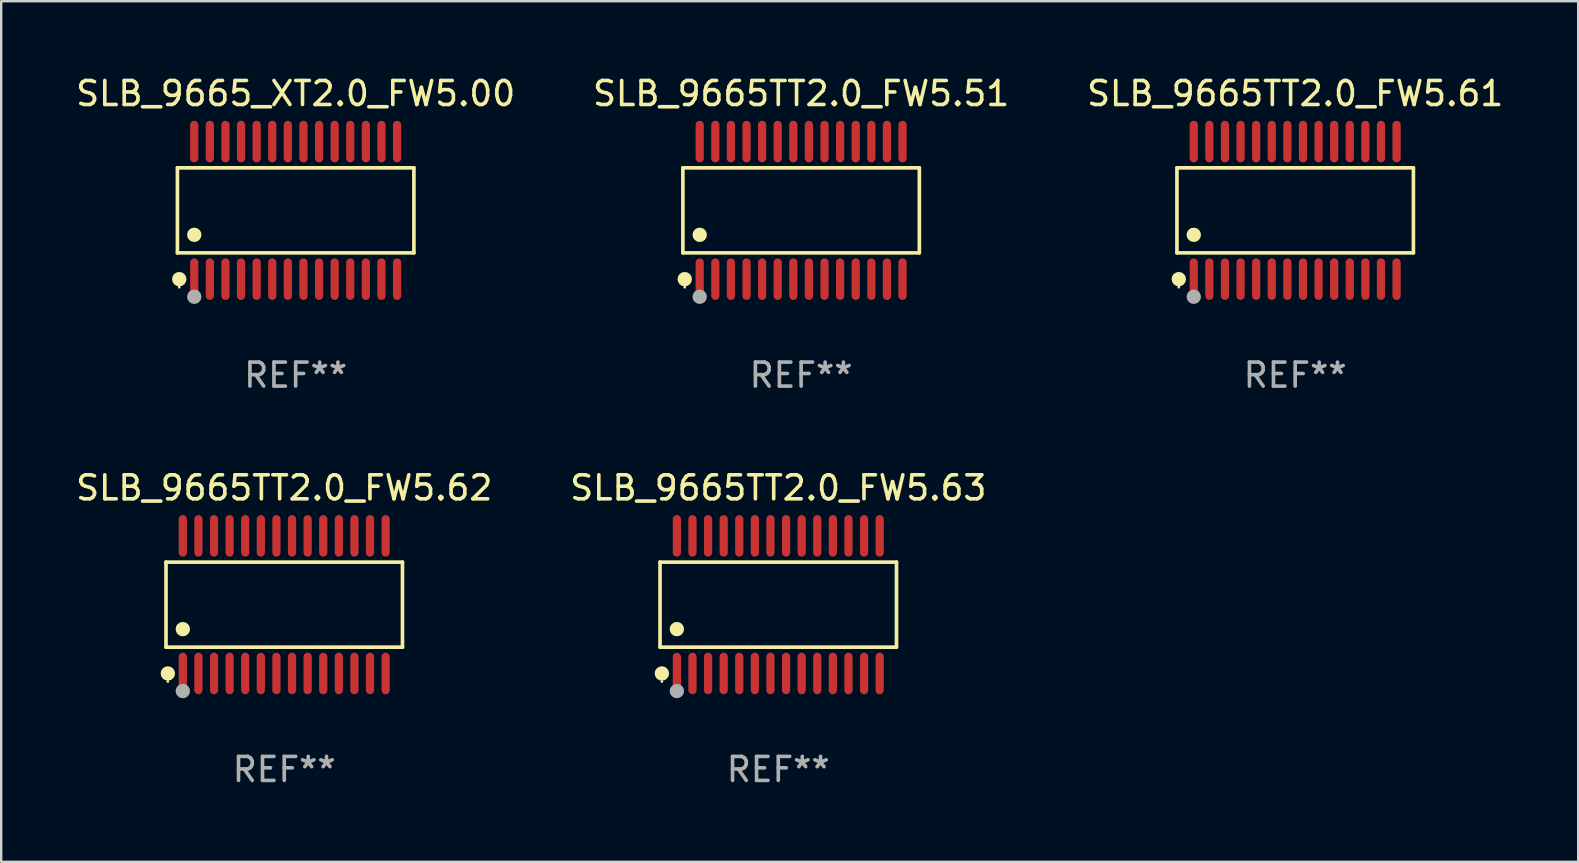
<source format=kicad_pcb>
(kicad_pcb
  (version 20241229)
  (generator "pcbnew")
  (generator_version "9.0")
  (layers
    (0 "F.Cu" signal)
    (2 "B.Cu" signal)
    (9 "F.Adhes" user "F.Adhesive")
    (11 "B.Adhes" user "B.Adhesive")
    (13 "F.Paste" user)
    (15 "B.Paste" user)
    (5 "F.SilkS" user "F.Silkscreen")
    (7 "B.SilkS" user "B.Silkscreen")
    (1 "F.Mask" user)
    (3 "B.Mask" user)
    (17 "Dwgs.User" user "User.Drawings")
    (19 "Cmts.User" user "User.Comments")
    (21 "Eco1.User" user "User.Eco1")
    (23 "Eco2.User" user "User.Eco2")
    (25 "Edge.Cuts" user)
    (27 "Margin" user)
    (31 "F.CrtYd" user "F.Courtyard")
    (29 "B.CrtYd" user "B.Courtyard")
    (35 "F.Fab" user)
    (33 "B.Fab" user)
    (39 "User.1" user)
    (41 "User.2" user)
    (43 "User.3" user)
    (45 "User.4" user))
  (footprint "SLB_9665_XT2.0_FW5.00"
    (layer "F.Cu")
    (at 9.268 5.714)
    (property "Reference" "SLB_9665_XT2.0_FW5.00" (at 0 -4.866 0) (layer "F.SilkS") (effects (font (size 1 1) (thickness 0.15))))
    (attr through_hole)
    (fp_line (start -4.926 -1.772) (end 4.926 -1.772) (stroke (width 0.152) (type solid)) (layer "F.SilkS"))
    (fp_line (start -4.926 1.771) (end -4.926 -1.772) (stroke (width 0.152) (type solid)) (layer "F.SilkS"))
    (fp_line (start 4.926 -1.772) (end 4.926 1.771) (stroke (width 0.152) (type solid)) (layer "F.SilkS"))
    (fp_line (start 4.926 1.771) (end -4.926 1.771) (stroke (width 0.152) (type solid)) (layer "F.SilkS"))
    (fp_circle (center -4.85 3.2) (end -4.82 3.2) (stroke (width 0.06) (type solid)) (fill no) (layer "F.SilkS"))
    (fp_circle (center -4.849 2.866) (end -4.699 2.866) (stroke (width 0.3) (type solid)) (fill no) (layer "F.SilkS"))
    (fp_circle (center -4.225 1.019) (end -4.075 1.019) (stroke (width 0.3) (type solid)) (fill no) (layer "F.SilkS"))
    (fp_circle (center -4.225 3.6) (end -4.075 3.6) (stroke (width 0.3) (type solid)) (fill no) (layer "F.Fab"))
    (fp_text user "REF**" (at 0 6.866 0) (layer "F.Fab") (effects (font (size 1 1) (thickness 0.15))))
    (pad "1" smd oval (at -4.225 2.866) (size 0.343 1.731) (layers "F.Cu" "F.Mask" "F.Paste"))
    (pad "2" smd oval (at -3.575 2.866) (size 0.343 1.731) (layers "F.Cu" "F.Mask" "F.Paste"))
    (pad "3" smd oval (at -2.925 2.866) (size 0.343 1.731) (layers "F.Cu" "F.Mask" "F.Paste"))
    (pad "4" smd oval (at -2.275 2.866) (size 0.343 1.731) (layers "F.Cu" "F.Mask" "F.Paste"))
    (pad "5" smd oval (at -1.625 2.866) (size 0.343 1.731) (layers "F.Cu" "F.Mask" "F.Paste"))
    (pad "6" smd oval (at -0.975 2.866) (size 0.343 1.731) (layers "F.Cu" "F.Mask" "F.Paste"))
    (pad "7" smd oval (at -0.325 2.866) (size 0.343 1.731) (layers "F.Cu" "F.Mask" "F.Paste"))
    (pad "8" smd oval (at 0.325 2.866) (size 0.343 1.731) (layers "F.Cu" "F.Mask" "F.Paste"))
    (pad "9" smd oval (at 0.975 2.866) (size 0.343 1.731) (layers "F.Cu" "F.Mask" "F.Paste"))
    (pad "10" smd oval (at 1.625 2.866) (size 0.343 1.731) (layers "F.Cu" "F.Mask" "F.Paste"))
    (pad "11" smd oval (at 2.275 2.866) (size 0.343 1.731) (layers "F.Cu" "F.Mask" "F.Paste"))
    (pad "12" smd oval (at 2.925 2.866) (size 0.343 1.731) (layers "F.Cu" "F.Mask" "F.Paste"))
    (pad "13" smd oval (at 3.575 2.866) (size 0.343 1.731) (layers "F.Cu" "F.Mask" "F.Paste"))
    (pad "14" smd oval (at 4.225 2.866) (size 0.343 1.731) (layers "F.Cu" "F.Mask" "F.Paste"))
    (pad "15" smd oval (at 4.225 -2.866) (size 0.343 1.731) (layers "F.Cu" "F.Mask" "F.Paste"))
    (pad "16" smd oval (at 3.575 -2.866) (size 0.343 1.731) (layers "F.Cu" "F.Mask" "F.Paste"))
    (pad "17" smd oval (at 2.925 -2.866) (size 0.343 1.731) (layers "F.Cu" "F.Mask" "F.Paste"))
    (pad "18" smd oval (at 2.275 -2.866) (size 0.343 1.731) (layers "F.Cu" "F.Mask" "F.Paste"))
    (pad "19" smd oval (at 1.625 -2.866) (size 0.343 1.731) (layers "F.Cu" "F.Mask" "F.Paste"))
    (pad "20" smd oval (at 0.975 -2.866) (size 0.343 1.731) (layers "F.Cu" "F.Mask" "F.Paste"))
    (pad "21" smd oval (at 0.325 -2.866) (size 0.343 1.731) (layers "F.Cu" "F.Mask" "F.Paste"))
    (pad "22" smd oval (at -0.325 -2.866) (size 0.343 1.731) (layers "F.Cu" "F.Mask" "F.Paste"))
    (pad "23" smd oval (at -0.975 -2.866) (size 0.343 1.731) (layers "F.Cu" "F.Mask" "F.Paste"))
    (pad "24" smd oval (at -1.625 -2.866) (size 0.343 1.731) (layers "F.Cu" "F.Mask" "F.Paste"))
    (pad "25" smd oval (at -2.275 -2.866) (size 0.343 1.731) (layers "F.Cu" "F.Mask" "F.Paste"))
    (pad "26" smd oval (at -2.925 -2.866) (size 0.343 1.731) (layers "F.Cu" "F.Mask" "F.Paste"))
    (pad "27" smd oval (at -3.575 -2.866) (size 0.343 1.731) (layers "F.Cu" "F.Mask" "F.Paste"))
    (pad "28" smd oval (at -4.225 -2.866) (size 0.343 1.731) (layers "F.Cu" "F.Mask" "F.Paste")))
  (footprint "SLB_9665TT2.0_FW5.51"
    (layer "F.Cu")
    (at 30.327 5.714)
    (property "Reference" "SLB_9665TT2.0_FW5.51" (at 0 -4.866 0) (layer "F.SilkS") (effects (font (size 1 1) (thickness 0.15))))
    (attr through_hole)
    (fp_line (start -4.926 -1.772) (end 4.926 -1.772) (stroke (width 0.152) (type solid)) (layer "F.SilkS"))
    (fp_line (start -4.926 1.771) (end -4.926 -1.772) (stroke (width 0.152) (type solid)) (layer "F.SilkS"))
    (fp_line (start 4.926 -1.772) (end 4.926 1.771) (stroke (width 0.152) (type solid)) (layer "F.SilkS"))
    (fp_line (start 4.926 1.771) (end -4.926 1.771) (stroke (width 0.152) (type solid)) (layer "F.SilkS"))
    (fp_circle (center -4.85 3.2) (end -4.82 3.2) (stroke (width 0.06) (type solid)) (fill no) (layer "F.SilkS"))
    (fp_circle (center -4.849 2.866) (end -4.699 2.866) (stroke (width 0.3) (type solid)) (fill no) (layer "F.SilkS"))
    (fp_circle (center -4.225 1.019) (end -4.075 1.019) (stroke (width 0.3) (type solid)) (fill no) (layer "F.SilkS"))
    (fp_circle (center -4.225 3.6) (end -4.075 3.6) (stroke (width 0.3) (type solid)) (fill no) (layer "F.Fab"))
    (fp_text user "REF**" (at 0 6.866 0) (layer "F.Fab") (effects (font (size 1 1) (thickness 0.15))))
    (pad "1" smd oval (at -4.225 2.866) (size 0.343 1.731) (layers "F.Cu" "F.Mask" "F.Paste"))
    (pad "2" smd oval (at -3.575 2.866) (size 0.343 1.731) (layers "F.Cu" "F.Mask" "F.Paste"))
    (pad "3" smd oval (at -2.925 2.866) (size 0.343 1.731) (layers "F.Cu" "F.Mask" "F.Paste"))
    (pad "4" smd oval (at -2.275 2.866) (size 0.343 1.731) (layers "F.Cu" "F.Mask" "F.Paste"))
    (pad "5" smd oval (at -1.625 2.866) (size 0.343 1.731) (layers "F.Cu" "F.Mask" "F.Paste"))
    (pad "6" smd oval (at -0.975 2.866) (size 0.343 1.731) (layers "F.Cu" "F.Mask" "F.Paste"))
    (pad "7" smd oval (at -0.325 2.866) (size 0.343 1.731) (layers "F.Cu" "F.Mask" "F.Paste"))
    (pad "8" smd oval (at 0.325 2.866) (size 0.343 1.731) (layers "F.Cu" "F.Mask" "F.Paste"))
    (pad "9" smd oval (at 0.975 2.866) (size 0.343 1.731) (layers "F.Cu" "F.Mask" "F.Paste"))
    (pad "10" smd oval (at 1.625 2.866) (size 0.343 1.731) (layers "F.Cu" "F.Mask" "F.Paste"))
    (pad "11" smd oval (at 2.275 2.866) (size 0.343 1.731) (layers "F.Cu" "F.Mask" "F.Paste"))
    (pad "12" smd oval (at 2.925 2.866) (size 0.343 1.731) (layers "F.Cu" "F.Mask" "F.Paste"))
    (pad "13" smd oval (at 3.575 2.866) (size 0.343 1.731) (layers "F.Cu" "F.Mask" "F.Paste"))
    (pad "14" smd oval (at 4.225 2.866) (size 0.343 1.731) (layers "F.Cu" "F.Mask" "F.Paste"))
    (pad "15" smd oval (at 4.225 -2.866) (size 0.343 1.731) (layers "F.Cu" "F.Mask" "F.Paste"))
    (pad "16" smd oval (at 3.575 -2.866) (size 0.343 1.731) (layers "F.Cu" "F.Mask" "F.Paste"))
    (pad "17" smd oval (at 2.925 -2.866) (size 0.343 1.731) (layers "F.Cu" "F.Mask" "F.Paste"))
    (pad "18" smd oval (at 2.275 -2.866) (size 0.343 1.731) (layers "F.Cu" "F.Mask" "F.Paste"))
    (pad "19" smd oval (at 1.625 -2.866) (size 0.343 1.731) (layers "F.Cu" "F.Mask" "F.Paste"))
    (pad "20" smd oval (at 0.975 -2.866) (size 0.343 1.731) (layers "F.Cu" "F.Mask" "F.Paste"))
    (pad "21" smd oval (at 0.325 -2.866) (size 0.343 1.731) (layers "F.Cu" "F.Mask" "F.Paste"))
    (pad "22" smd oval (at -0.325 -2.866) (size 0.343 1.731) (layers "F.Cu" "F.Mask" "F.Paste"))
    (pad "23" smd oval (at -0.975 -2.866) (size 0.343 1.731) (layers "F.Cu" "F.Mask" "F.Paste"))
    (pad "24" smd oval (at -1.625 -2.866) (size 0.343 1.731) (layers "F.Cu" "F.Mask" "F.Paste"))
    (pad "25" smd oval (at -2.275 -2.866) (size 0.343 1.731) (layers "F.Cu" "F.Mask" "F.Paste"))
    (pad "26" smd oval (at -2.925 -2.866) (size 0.343 1.731) (layers "F.Cu" "F.Mask" "F.Paste"))
    (pad "27" smd oval (at -3.575 -2.866) (size 0.343 1.731) (layers "F.Cu" "F.Mask" "F.Paste"))
    (pad "28" smd oval (at -4.225 -2.866) (size 0.343 1.731) (layers "F.Cu" "F.Mask" "F.Paste")))
  (footprint "SLB_9665TT2.0_FW5.61"
    (layer "F.Cu")
    (at 50.911 5.714)
    (property "Reference" "SLB_9665TT2.0_FW5.61" (at 0 -4.866 0) (layer "F.SilkS") (effects (font (size 1 1) (thickness 0.15))))
    (attr through_hole)
    (fp_line (start -4.926 -1.772) (end 4.926 -1.772) (stroke (width 0.152) (type solid)) (layer "F.SilkS"))
    (fp_line (start -4.926 1.771) (end -4.926 -1.772) (stroke (width 0.152) (type solid)) (layer "F.SilkS"))
    (fp_line (start 4.926 -1.772) (end 4.926 1.771) (stroke (width 0.152) (type solid)) (layer "F.SilkS"))
    (fp_line (start 4.926 1.771) (end -4.926 1.771) (stroke (width 0.152) (type solid)) (layer "F.SilkS"))
    (fp_circle (center -4.85 3.2) (end -4.82 3.2) (stroke (width 0.06) (type solid)) (fill no) (layer "F.SilkS"))
    (fp_circle (center -4.849 2.866) (end -4.699 2.866) (stroke (width 0.3) (type solid)) (fill no) (layer "F.SilkS"))
    (fp_circle (center -4.225 1.019) (end -4.075 1.019) (stroke (width 0.3) (type solid)) (fill no) (layer "F.SilkS"))
    (fp_circle (center -4.225 3.6) (end -4.075 3.6) (stroke (width 0.3) (type solid)) (fill no) (layer "F.Fab"))
    (fp_text user "REF**" (at 0 6.866 0) (layer "F.Fab") (effects (font (size 1 1) (thickness 0.15))))
    (pad "1" smd oval (at -4.225 2.866) (size 0.343 1.731) (layers "F.Cu" "F.Mask" "F.Paste"))
    (pad "2" smd oval (at -3.575 2.866) (size 0.343 1.731) (layers "F.Cu" "F.Mask" "F.Paste"))
    (pad "3" smd oval (at -2.925 2.866) (size 0.343 1.731) (layers "F.Cu" "F.Mask" "F.Paste"))
    (pad "4" smd oval (at -2.275 2.866) (size 0.343 1.731) (layers "F.Cu" "F.Mask" "F.Paste"))
    (pad "5" smd oval (at -1.625 2.866) (size 0.343 1.731) (layers "F.Cu" "F.Mask" "F.Paste"))
    (pad "6" smd oval (at -0.975 2.866) (size 0.343 1.731) (layers "F.Cu" "F.Mask" "F.Paste"))
    (pad "7" smd oval (at -0.325 2.866) (size 0.343 1.731) (layers "F.Cu" "F.Mask" "F.Paste"))
    (pad "8" smd oval (at 0.325 2.866) (size 0.343 1.731) (layers "F.Cu" "F.Mask" "F.Paste"))
    (pad "9" smd oval (at 0.975 2.866) (size 0.343 1.731) (layers "F.Cu" "F.Mask" "F.Paste"))
    (pad "10" smd oval (at 1.625 2.866) (size 0.343 1.731) (layers "F.Cu" "F.Mask" "F.Paste"))
    (pad "11" smd oval (at 2.275 2.866) (size 0.343 1.731) (layers "F.Cu" "F.Mask" "F.Paste"))
    (pad "12" smd oval (at 2.925 2.866) (size 0.343 1.731) (layers "F.Cu" "F.Mask" "F.Paste"))
    (pad "13" smd oval (at 3.575 2.866) (size 0.343 1.731) (layers "F.Cu" "F.Mask" "F.Paste"))
    (pad "14" smd oval (at 4.225 2.866) (size 0.343 1.731) (layers "F.Cu" "F.Mask" "F.Paste"))
    (pad "15" smd oval (at 4.225 -2.866) (size 0.343 1.731) (layers "F.Cu" "F.Mask" "F.Paste"))
    (pad "16" smd oval (at 3.575 -2.866) (size 0.343 1.731) (layers "F.Cu" "F.Mask" "F.Paste"))
    (pad "17" smd oval (at 2.925 -2.866) (size 0.343 1.731) (layers "F.Cu" "F.Mask" "F.Paste"))
    (pad "18" smd oval (at 2.275 -2.866) (size 0.343 1.731) (layers "F.Cu" "F.Mask" "F.Paste"))
    (pad "19" smd oval (at 1.625 -2.866) (size 0.343 1.731) (layers "F.Cu" "F.Mask" "F.Paste"))
    (pad "20" smd oval (at 0.975 -2.866) (size 0.343 1.731) (layers "F.Cu" "F.Mask" "F.Paste"))
    (pad "21" smd oval (at 0.325 -2.866) (size 0.343 1.731) (layers "F.Cu" "F.Mask" "F.Paste"))
    (pad "22" smd oval (at -0.325 -2.866) (size 0.343 1.731) (layers "F.Cu" "F.Mask" "F.Paste"))
    (pad "23" smd oval (at -0.975 -2.866) (size 0.343 1.731) (layers "F.Cu" "F.Mask" "F.Paste"))
    (pad "24" smd oval (at -1.625 -2.866) (size 0.343 1.731) (layers "F.Cu" "F.Mask" "F.Paste"))
    (pad "25" smd oval (at -2.275 -2.866) (size 0.343 1.731) (layers "F.Cu" "F.Mask" "F.Paste"))
    (pad "26" smd oval (at -2.925 -2.866) (size 0.343 1.731) (layers "F.Cu" "F.Mask" "F.Paste"))
    (pad "27" smd oval (at -3.575 -2.866) (size 0.343 1.731) (layers "F.Cu" "F.Mask" "F.Paste"))
    (pad "28" smd oval (at -4.225 -2.866) (size 0.343 1.731) (layers "F.Cu" "F.Mask" "F.Paste")))
  (footprint "SLB_9665TT2.0_FW5.62"
    (layer "F.Cu")
    (at 8.792 22.142)
    (property "Reference" "SLB_9665TT2.0_FW5.62" (at 0 -4.866 0) (layer "F.SilkS") (effects (font (size 1 1) (thickness 0.15))))
    (attr through_hole)
    (fp_line (start -4.926 -1.772) (end 4.926 -1.772) (stroke (width 0.152) (type solid)) (layer "F.SilkS"))
    (fp_line (start -4.926 1.771) (end -4.926 -1.772) (stroke (width 0.152) (type solid)) (layer "F.SilkS"))
    (fp_line (start 4.926 -1.772) (end 4.926 1.771) (stroke (width 0.152) (type solid)) (layer "F.SilkS"))
    (fp_line (start 4.926 1.771) (end -4.926 1.771) (stroke (width 0.152) (type solid)) (layer "F.SilkS"))
    (fp_circle (center -4.85 3.2) (end -4.82 3.2) (stroke (width 0.06) (type solid)) (fill no) (layer "F.SilkS"))
    (fp_circle (center -4.849 2.866) (end -4.699 2.866) (stroke (width 0.3) (type solid)) (fill no) (layer "F.SilkS"))
    (fp_circle (center -4.225 1.019) (end -4.075 1.019) (stroke (width 0.3) (type solid)) (fill no) (layer "F.SilkS"))
    (fp_circle (center -4.225 3.6) (end -4.075 3.6) (stroke (width 0.3) (type solid)) (fill no) (layer "F.Fab"))
    (fp_text user "REF**" (at 0 6.866 0) (layer "F.Fab") (effects (font (size 1 1) (thickness 0.15))))
    (pad "1" smd oval (at -4.225 2.866) (size 0.343 1.731) (layers "F.Cu" "F.Mask" "F.Paste"))
    (pad "2" smd oval (at -3.575 2.866) (size 0.343 1.731) (layers "F.Cu" "F.Mask" "F.Paste"))
    (pad "3" smd oval (at -2.925 2.866) (size 0.343 1.731) (layers "F.Cu" "F.Mask" "F.Paste"))
    (pad "4" smd oval (at -2.275 2.866) (size 0.343 1.731) (layers "F.Cu" "F.Mask" "F.Paste"))
    (pad "5" smd oval (at -1.625 2.866) (size 0.343 1.731) (layers "F.Cu" "F.Mask" "F.Paste"))
    (pad "6" smd oval (at -0.975 2.866) (size 0.343 1.731) (layers "F.Cu" "F.Mask" "F.Paste"))
    (pad "7" smd oval (at -0.325 2.866) (size 0.343 1.731) (layers "F.Cu" "F.Mask" "F.Paste"))
    (pad "8" smd oval (at 0.325 2.866) (size 0.343 1.731) (layers "F.Cu" "F.Mask" "F.Paste"))
    (pad "9" smd oval (at 0.975 2.866) (size 0.343 1.731) (layers "F.Cu" "F.Mask" "F.Paste"))
    (pad "10" smd oval (at 1.625 2.866) (size 0.343 1.731) (layers "F.Cu" "F.Mask" "F.Paste"))
    (pad "11" smd oval (at 2.275 2.866) (size 0.343 1.731) (layers "F.Cu" "F.Mask" "F.Paste"))
    (pad "12" smd oval (at 2.925 2.866) (size 0.343 1.731) (layers "F.Cu" "F.Mask" "F.Paste"))
    (pad "13" smd oval (at 3.575 2.866) (size 0.343 1.731) (layers "F.Cu" "F.Mask" "F.Paste"))
    (pad "14" smd oval (at 4.225 2.866) (size 0.343 1.731) (layers "F.Cu" "F.Mask" "F.Paste"))
    (pad "15" smd oval (at 4.225 -2.866) (size 0.343 1.731) (layers "F.Cu" "F.Mask" "F.Paste"))
    (pad "16" smd oval (at 3.575 -2.866) (size 0.343 1.731) (layers "F.Cu" "F.Mask" "F.Paste"))
    (pad "17" smd oval (at 2.925 -2.866) (size 0.343 1.731) (layers "F.Cu" "F.Mask" "F.Paste"))
    (pad "18" smd oval (at 2.275 -2.866) (size 0.343 1.731) (layers "F.Cu" "F.Mask" "F.Paste"))
    (pad "19" smd oval (at 1.625 -2.866) (size 0.343 1.731) (layers "F.Cu" "F.Mask" "F.Paste"))
    (pad "20" smd oval (at 0.975 -2.866) (size 0.343 1.731) (layers "F.Cu" "F.Mask" "F.Paste"))
    (pad "21" smd oval (at 0.325 -2.866) (size 0.343 1.731) (layers "F.Cu" "F.Mask" "F.Paste"))
    (pad "22" smd oval (at -0.325 -2.866) (size 0.343 1.731) (layers "F.Cu" "F.Mask" "F.Paste"))
    (pad "23" smd oval (at -0.975 -2.866) (size 0.343 1.731) (layers "F.Cu" "F.Mask" "F.Paste"))
    (pad "24" smd oval (at -1.625 -2.866) (size 0.343 1.731) (layers "F.Cu" "F.Mask" "F.Paste"))
    (pad "25" smd oval (at -2.275 -2.866) (size 0.343 1.731) (layers "F.Cu" "F.Mask" "F.Paste"))
    (pad "26" smd oval (at -2.925 -2.866) (size 0.343 1.731) (layers "F.Cu" "F.Mask" "F.Paste"))
    (pad "27" smd oval (at -3.575 -2.866) (size 0.343 1.731) (layers "F.Cu" "F.Mask" "F.Paste"))
    (pad "28" smd oval (at -4.225 -2.866) (size 0.343 1.731) (layers "F.Cu" "F.Mask" "F.Paste")))
  (footprint "SLB_9665TT2.0_FW5.63"
    (layer "F.Cu")
    (at 29.375 22.142)
    (property "Reference" "SLB_9665TT2.0_FW5.63" (at 0 -4.866 0) (layer "F.SilkS") (effects (font (size 1 1) (thickness 0.15))))
    (attr through_hole)
    (fp_line (start -4.926 -1.772) (end 4.926 -1.772) (stroke (width 0.152) (type solid)) (layer "F.SilkS"))
    (fp_line (start -4.926 1.771) (end -4.926 -1.772) (stroke (width 0.152) (type solid)) (layer "F.SilkS"))
    (fp_line (start 4.926 -1.772) (end 4.926 1.771) (stroke (width 0.152) (type solid)) (layer "F.SilkS"))
    (fp_line (start 4.926 1.771) (end -4.926 1.771) (stroke (width 0.152) (type solid)) (layer "F.SilkS"))
    (fp_circle (center -4.85 3.2) (end -4.82 3.2) (stroke (width 0.06) (type solid)) (fill no) (layer "F.SilkS"))
    (fp_circle (center -4.849 2.866) (end -4.699 2.866) (stroke (width 0.3) (type solid)) (fill no) (layer "F.SilkS"))
    (fp_circle (center -4.225 1.019) (end -4.075 1.019) (stroke (width 0.3) (type solid)) (fill no) (layer "F.SilkS"))
    (fp_circle (center -4.225 3.6) (end -4.075 3.6) (stroke (width 0.3) (type solid)) (fill no) (layer "F.Fab"))
    (fp_text user "REF**" (at 0 6.866 0) (layer "F.Fab") (effects (font (size 1 1) (thickness 0.15))))
    (pad "1" smd oval (at -4.225 2.866) (size 0.343 1.731) (layers "F.Cu" "F.Mask" "F.Paste"))
    (pad "2" smd oval (at -3.575 2.866) (size 0.343 1.731) (layers "F.Cu" "F.Mask" "F.Paste"))
    (pad "3" smd oval (at -2.925 2.866) (size 0.343 1.731) (layers "F.Cu" "F.Mask" "F.Paste"))
    (pad "4" smd oval (at -2.275 2.866) (size 0.343 1.731) (layers "F.Cu" "F.Mask" "F.Paste"))
    (pad "5" smd oval (at -1.625 2.866) (size 0.343 1.731) (layers "F.Cu" "F.Mask" "F.Paste"))
    (pad "6" smd oval (at -0.975 2.866) (size 0.343 1.731) (layers "F.Cu" "F.Mask" "F.Paste"))
    (pad "7" smd oval (at -0.325 2.866) (size 0.343 1.731) (layers "F.Cu" "F.Mask" "F.Paste"))
    (pad "8" smd oval (at 0.325 2.866) (size 0.343 1.731) (layers "F.Cu" "F.Mask" "F.Paste"))
    (pad "9" smd oval (at 0.975 2.866) (size 0.343 1.731) (layers "F.Cu" "F.Mask" "F.Paste"))
    (pad "10" smd oval (at 1.625 2.866) (size 0.343 1.731) (layers "F.Cu" "F.Mask" "F.Paste"))
    (pad "11" smd oval (at 2.275 2.866) (size 0.343 1.731) (layers "F.Cu" "F.Mask" "F.Paste"))
    (pad "12" smd oval (at 2.925 2.866) (size 0.343 1.731) (layers "F.Cu" "F.Mask" "F.Paste"))
    (pad "13" smd oval (at 3.575 2.866) (size 0.343 1.731) (layers "F.Cu" "F.Mask" "F.Paste"))
    (pad "14" smd oval (at 4.225 2.866) (size 0.343 1.731) (layers "F.Cu" "F.Mask" "F.Paste"))
    (pad "15" smd oval (at 4.225 -2.866) (size 0.343 1.731) (layers "F.Cu" "F.Mask" "F.Paste"))
    (pad "16" smd oval (at 3.575 -2.866) (size 0.343 1.731) (layers "F.Cu" "F.Mask" "F.Paste"))
    (pad "17" smd oval (at 2.925 -2.866) (size 0.343 1.731) (layers "F.Cu" "F.Mask" "F.Paste"))
    (pad "18" smd oval (at 2.275 -2.866) (size 0.343 1.731) (layers "F.Cu" "F.Mask" "F.Paste"))
    (pad "19" smd oval (at 1.625 -2.866) (size 0.343 1.731) (layers "F.Cu" "F.Mask" "F.Paste"))
    (pad "20" smd oval (at 0.975 -2.866) (size 0.343 1.731) (layers "F.Cu" "F.Mask" "F.Paste"))
    (pad "21" smd oval (at 0.325 -2.866) (size 0.343 1.731) (layers "F.Cu" "F.Mask" "F.Paste"))
    (pad "22" smd oval (at -0.325 -2.866) (size 0.343 1.731) (layers "F.Cu" "F.Mask" "F.Paste"))
    (pad "23" smd oval (at -0.975 -2.866) (size 0.343 1.731) (layers "F.Cu" "F.Mask" "F.Paste"))
    (pad "24" smd oval (at -1.625 -2.866) (size 0.343 1.731) (layers "F.Cu" "F.Mask" "F.Paste"))
    (pad "25" smd oval (at -2.275 -2.866) (size 0.343 1.731) (layers "F.Cu" "F.Mask" "F.Paste"))
    (pad "26" smd oval (at -2.925 -2.866) (size 0.343 1.731) (layers "F.Cu" "F.Mask" "F.Paste"))
    (pad "27" smd oval (at -3.575 -2.866) (size 0.343 1.731) (layers "F.Cu" "F.Mask" "F.Paste"))
    (pad "28" smd oval (at -4.225 -2.866) (size 0.343 1.731) (layers "F.Cu" "F.Mask" "F.Paste")))
  (gr_rect
    (start -3 -3)
    (end 62.702 32.856)
    (stroke (width 0.1) (type default))
    (fill no)
    (layer "Edge.Cuts")))
</source>
